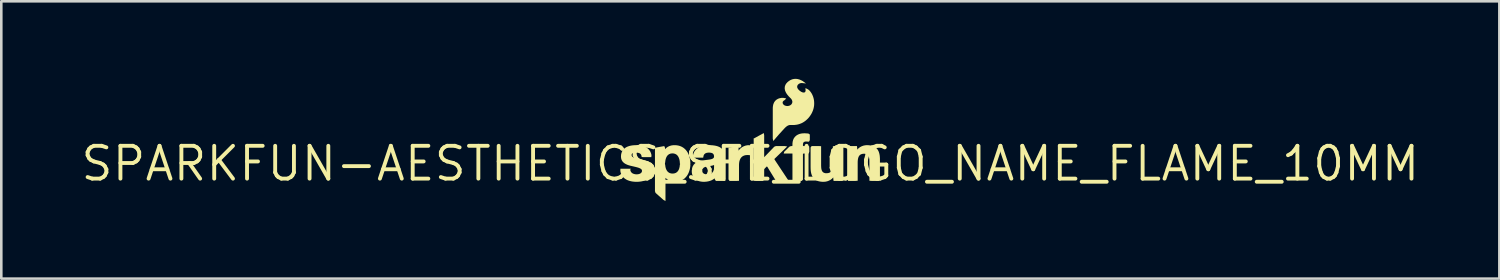
<source format=kicad_pcb>
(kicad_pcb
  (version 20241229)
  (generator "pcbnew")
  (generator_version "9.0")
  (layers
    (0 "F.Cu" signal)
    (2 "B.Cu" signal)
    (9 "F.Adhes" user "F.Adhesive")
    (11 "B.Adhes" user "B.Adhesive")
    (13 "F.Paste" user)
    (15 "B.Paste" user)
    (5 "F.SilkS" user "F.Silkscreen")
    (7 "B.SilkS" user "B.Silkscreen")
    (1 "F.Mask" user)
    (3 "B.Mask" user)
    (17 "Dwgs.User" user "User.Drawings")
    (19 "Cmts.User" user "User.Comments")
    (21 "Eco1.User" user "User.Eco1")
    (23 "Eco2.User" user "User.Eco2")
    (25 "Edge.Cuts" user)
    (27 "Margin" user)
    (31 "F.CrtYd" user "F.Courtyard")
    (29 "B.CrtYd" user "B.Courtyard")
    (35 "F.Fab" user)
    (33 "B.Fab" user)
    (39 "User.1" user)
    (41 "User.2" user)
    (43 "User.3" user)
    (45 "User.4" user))
  (footprint "SPARKFUN-AESTHETICS_SFE_LOGO_NAME_FLAME_10MM"
    (layer "F.Cu")
    (at 25.982 3.282)
    (property "Reference" "SPARKFUN-AESTHETICS_SFE_LOGO_NAME_FLAME_10MM" (at 0 0 0) (layer "F.SilkS") (effects (font (size 1.27 1.27) (thickness 0.15))))
    (fp_poly (pts (xy 0.536 -1.095) (xy 0.536 -0.25) (xy 0.926 -0.655) (xy 0.992 -0.681) (xy 1.33 -0.681) (xy 1.428 -0.664) (xy 0.93 -0.18) (xy 0.946 -0.144) (xy 1.482 0.664) (xy 1.375 0.668) (xy 1.037 0.668) (xy 0.973 0.637) (xy 0.659 0.125) (xy 0.641 0.106) (xy 0.566 0.178) (xy 0.536 0.221) (xy 0.536 0.621) (xy 0.488 0.668) (xy 0.211 0.668) (xy 0.13 0.656) (xy 0.13 -0.98) (xy 0.149 -0.98) (xy 0.522 -1.185)) (stroke (width 0) (type default)) (fill yes) (layer "F.SilkS"))
    (fp_poly (pts (xy 0.042 -0.697) (xy 0.042 -0.41) (xy 0.038 -0.319) (xy -0.054 -0.331) (xy -0.118 -0.334) (xy -0.18 -0.329) (xy -0.24 -0.314) (xy -0.295 -0.288) (xy -0.342 -0.25) (xy -0.379 -0.202) (xy -0.406 -0.146) (xy -0.424 -0.086) (xy -0.434 -0.023) (xy -0.438 0.042) (xy -0.438 0.664) (xy -0.526 0.668) (xy -0.806 0.668) (xy -0.844 0.61) (xy -0.844 -0.622) (xy -0.82 -0.62) (xy -0.472 -0.682) (xy -0.455 -0.603) (xy -0.455 -0.503) (xy -0.419 -0.551) (xy -0.37 -0.6) (xy -0.313 -0.641) (xy -0.251 -0.674) (xy -0.185 -0.698) (xy -0.116 -0.712) (xy -0.045 -0.715)) (stroke (width 0) (type default)) (fill yes) (layer "F.SilkS"))
    (fp_poly (pts (xy 2.245 -1.166) (xy 2.302 -1.128) (xy 2.302 -0.91) (xy 2.269 -0.85) (xy 2.188 -0.855) (xy 2.127 -0.855) (xy 2.075 -0.84) (xy 2.045 -0.801) (xy 2.036 -0.744) (xy 2.036 -0.694) (xy 2.059 -0.68) (xy 2.273 -0.68) (xy 2.282 -0.597) (xy 2.282 -0.459) (xy 2.256 -0.392) (xy 2.053 -0.392) (xy 2.036 -0.371) (xy 2.036 0.619) (xy 1.991 0.668) (xy 1.715 0.668) (xy 1.63 0.662) (xy 1.63 -0.392) (xy 1.291 -0.392) (xy 1.312 -0.461) (xy 1.509 -0.654) (xy 1.574 -0.681) (xy 1.624 -0.681) (xy 1.63 -0.714) (xy 1.63 -0.779) (xy 1.638 -0.848) (xy 1.655 -0.916) (xy 1.684 -0.98) (xy 1.726 -1.037) (xy 1.778 -1.085) (xy 1.837 -1.122) (xy 1.902 -1.149) (xy 1.969 -1.165) (xy 2.037 -1.173) (xy 2.106 -1.175)) (stroke (width 0) (type default)) (fill yes) (layer "F.SilkS"))
    (fp_poly (pts (xy -1.857 0.236) (xy -1.858 0.302) (xy -1.838 0.353) (xy -1.797 0.388) (xy -1.743 0.407) (xy -1.682 0.414) (xy -1.62 0.412) (xy -1.56 0.4) (xy -1.506 0.376) (xy -1.461 0.338) (xy -1.43 0.289) (xy -1.409 0.223) (xy -1.36 0.177) (xy -0.996 0.177) (xy -0.995 0.399) (xy -0.992 0.464) (xy -0.985 0.527) (xy -0.971 0.592) (xy -0.963 0.668) (xy -1.334 0.668) (xy -1.374 0.605) (xy -1.38 0.57) (xy -1.387 0.574) (xy -1.441 0.612) (xy -1.502 0.645) (xy -1.567 0.669) (xy -1.633 0.686) (xy -1.7 0.697) (xy -1.768 0.702) (xy -1.836 0.702) (xy -1.904 0.695) (xy -1.971 0.681) (xy -2.037 0.658) (xy -2.098 0.625) (xy -2.154 0.581) (xy -2.199 0.527) (xy -2.233 0.465) (xy -2.255 0.398) (xy -2.265 0.329) (xy -2.265 0.259) (xy -2.246 0.177) (xy -1.88 0.177)) (stroke (width 0) (type default)) (fill yes) (layer "F.SilkS"))
    (fp_poly (pts (xy -3.316 -0.024) (xy -3.294 0.049) (xy -3.286 0.115) (xy -3.272 0.176) (xy -3.249 0.234) (xy -3.218 0.287) (xy -3.176 0.33) (xy -3.126 0.361) (xy -3.068 0.379) (xy -3.007 0.384) (xy -2.946 0.378) (xy -2.889 0.36) (xy -2.839 0.328) (xy -2.798 0.284) (xy -2.768 0.231) (xy -2.747 0.172) (xy -2.734 0.11) (xy -2.727 0.042) (xy -2.698 -0.024) (xy -2.328 -0.024) (xy -2.32 0.061) (xy -2.327 0.13) (xy -2.338 0.197) (xy -2.355 0.263) (xy -2.377 0.328) (xy -2.405 0.39) (xy -2.439 0.45) (xy -2.48 0.506) (xy -2.527 0.556) (xy -2.581 0.6) (xy -2.64 0.637) (xy -2.703 0.666) (xy -2.769 0.686) (xy -2.837 0.699) (xy -2.906 0.703) (xy -2.975 0.7) (xy -3.043 0.688) (xy -3.109 0.667) (xy -3.172 0.636) (xy -3.23 0.597) (xy -3.281 0.55) (xy -3.283 0.547) (xy -3.283 1.448) (xy -3.363 1.401) (xy -3.667 1.132) (xy -3.69 1.064) (xy -3.69 -0.024)) (stroke (width 0) (type default)) (fill yes) (layer "F.SilkS"))
    (fp_poly (pts (xy -2.853 -0.711) (xy -2.785 -0.7) (xy -2.719 -0.681) (xy -2.656 -0.654) (xy -2.596 -0.619) (xy -2.542 -0.576) (xy -2.493 -0.528) (xy -2.451 -0.473) (xy -2.415 -0.415) (xy -2.386 -0.353) (xy -2.363 -0.289) (xy -2.345 -0.224) (xy -2.332 -0.157) (xy -2.324 -0.09) (xy -2.319 -0.008) (xy -2.38 0.026) (xy -2.654 0.026) (xy -2.725 0.005) (xy -2.73 -0.077) (xy -2.739 -0.14) (xy -2.756 -0.2) (xy -2.78 -0.257) (xy -2.813 -0.308) (xy -2.856 -0.349) (xy -2.908 -0.378) (xy -2.966 -0.394) (xy -3.026 -0.397) (xy -3.086 -0.389) (xy -3.142 -0.367) (xy -3.19 -0.333) (xy -3.228 -0.286) (xy -3.256 -0.232) (xy -3.276 -0.173) (xy -3.288 -0.111) (xy -3.295 -0.044) (xy -3.317 0.026) (xy -3.69 0.026) (xy -3.69 -0.611) (xy -3.609 -0.63) (xy -3.329 -0.68) (xy -3.301 -0.613) (xy -3.301 -0.559) (xy -3.295 -0.566) (xy -3.245 -0.614) (xy -3.187 -0.654) (xy -3.124 -0.683) (xy -3.058 -0.703) (xy -2.989 -0.713) (xy -2.921 -0.715)) (stroke (width 0) (type default)) (fill yes) (layer "F.SilkS"))
    (fp_poly (pts (xy 4.58 -0.713) (xy 4.648 -0.705) (xy 4.716 -0.69) (xy 4.781 -0.666) (xy 4.843 -0.63) (xy 4.896 -0.582) (xy 4.938 -0.525) (xy 4.969 -0.462) (xy 4.99 -0.395) (xy 5.004 -0.328) (xy 5.011 -0.26) (xy 5.015 -0.192) (xy 5.015 -0.125) (xy 5.015 0.613) (xy 4.974 0.668) (xy 4.695 0.668) (xy 4.608 0.662) (xy 4.608 -0.091) (xy 4.606 -0.156) (xy 4.598 -0.219) (xy 4.581 -0.277) (xy 4.552 -0.328) (xy 4.508 -0.363) (xy 4.452 -0.381) (xy 4.391 -0.384) (xy 4.33 -0.377) (xy 4.274 -0.358) (xy 4.228 -0.323) (xy 4.194 -0.274) (xy 4.173 -0.217) (xy 4.161 -0.155) (xy 4.155 -0.091) (xy 4.154 -0.026) (xy 4.154 0.661) (xy 4.068 0.668) (xy 3.79 0.668) (xy 3.747 0.615) (xy 3.747 -0.659) (xy 3.754 -0.681) (xy 4.126 -0.681) (xy 4.136 -0.598) (xy 4.136 -0.541) (xy 4.141 -0.548) (xy 4.19 -0.598) (xy 4.246 -0.639) (xy 4.308 -0.672) (xy 4.374 -0.696) (xy 4.442 -0.71) (xy 4.511 -0.716)) (stroke (width 0) (type default)) (fill yes) (layer "F.SilkS"))
    (fp_poly (pts (xy 2.739 -0.675) (xy 2.739 0.078) (xy 2.742 0.143) (xy 2.749 0.206) (xy 2.766 0.265) (xy 2.795 0.315) (xy 2.84 0.35) (xy 2.895 0.368) (xy 2.956 0.371) (xy 3.017 0.364) (xy 3.073 0.345) (xy 3.12 0.31) (xy 3.153 0.261) (xy 3.174 0.204) (xy 3.186 0.142) (xy 3.192 0.078) (xy 3.194 0.013) (xy 3.194 -0.674) (xy 3.279 -0.68) (xy 3.558 -0.68) (xy 3.6 -0.627) (xy 3.6 0.643) (xy 3.575 0.643) (xy 3.575 0.668) (xy 3.221 0.668) (xy 3.211 0.585) (xy 3.211 0.529) (xy 3.207 0.535) (xy 3.158 0.585) (xy 3.101 0.627) (xy 3.04 0.659) (xy 2.974 0.683) (xy 2.906 0.698) (xy 2.837 0.703) (xy 2.768 0.701) (xy 2.7 0.693) (xy 2.632 0.678) (xy 2.566 0.653) (xy 2.505 0.617) (xy 2.452 0.569) (xy 2.41 0.512) (xy 2.379 0.449) (xy 2.358 0.383) (xy 2.344 0.315) (xy 2.336 0.247) (xy 2.333 0.18) (xy 2.332 0.113) (xy 2.332 -0.626) (xy 2.373 -0.681) (xy 2.652 -0.681)) (stroke (width 0) (type default)) (fill yes) (layer "F.SilkS"))
    (fp_poly (pts (xy -1.524 -0.714) (xy -1.457 -0.71) (xy -1.389 -0.701) (xy -1.322 -0.688) (xy -1.256 -0.669) (xy -1.192 -0.642) (xy -1.132 -0.605) (xy -1.079 -0.557) (xy -1.037 -0.499) (xy -1.011 -0.432) (xy -0.998 -0.362) (xy -0.996 -0.294) (xy -0.996 0.182) (xy -1.047 0.228) (xy -1.323 0.228) (xy -1.407 0.219) (xy -1.403 0.129) (xy -1.403 0.066) (xy -1.405 0.051) (xy -1.437 0.066) (xy -1.505 0.082) (xy -1.637 0.102) (xy -1.7 0.114) (xy -1.76 0.132) (xy -1.81 0.161) (xy -1.854 0.217) (xy -1.926 0.228) (xy -2.202 0.228) (xy -2.257 0.185) (xy -2.228 0.103) (xy -2.191 0.042) (xy -2.141 -0.01) (xy -2.083 -0.05) (xy -2.019 -0.079) (xy -1.954 -0.101) (xy -1.888 -0.117) (xy -1.821 -0.128) (xy -1.623 -0.153) (xy -1.559 -0.162) (xy -1.497 -0.177) (xy -1.443 -0.2) (xy -1.409 -0.238) (xy -1.403 -0.292) (xy -1.415 -0.347) (xy -1.447 -0.391) (xy -1.498 -0.415) (xy -1.558 -0.426) (xy -1.621 -0.427) (xy -1.682 -0.42) (xy -1.737 -0.4) (xy -1.781 -0.364) (xy -1.808 -0.313) (xy -1.824 -0.232) (xy -2.191 -0.231) (xy -2.224 -0.293) (xy -2.208 -0.369) (xy -2.183 -0.435) (xy -2.148 -0.496) (xy -2.102 -0.549) (xy -2.048 -0.595) (xy -1.989 -0.631) (xy -1.926 -0.66) (xy -1.861 -0.682) (xy -1.794 -0.697) (xy -1.727 -0.708) (xy -1.659 -0.714) (xy -1.591 -0.716)) (stroke (width 0) (type default)) (fill yes) (layer "F.SilkS"))
    (fp_poly (pts (xy -4.341 -0.713) (xy -4.274 -0.707) (xy -4.206 -0.695) (xy -4.14 -0.678) (xy -4.075 -0.653) (xy -4.014 -0.62) (xy -3.957 -0.578) (xy -3.909 -0.526) (xy -3.87 -0.467) (xy -3.843 -0.403) (xy -3.824 -0.332) (xy -3.831 -0.251) (xy -4.121 -0.251) (xy -4.202 -0.257) (xy -4.22 -0.335) (xy -4.253 -0.38) (xy -4.302 -0.409) (xy -4.361 -0.423) (xy -4.423 -0.427) (xy -4.485 -0.424) (xy -4.542 -0.41) (xy -4.584 -0.378) (xy -4.597 -0.331) (xy -4.581 -0.284) (xy -4.538 -0.25) (xy -4.482 -0.226) (xy -4.42 -0.209) (xy -4.161 -0.15) (xy -4.096 -0.131) (xy -4.031 -0.108) (xy -3.969 -0.079) (xy -3.91 -0.041) (xy -3.858 0.008) (xy -3.817 0.068) (xy -3.793 0.135) (xy -3.783 0.205) (xy -3.784 0.275) (xy -3.795 0.344) (xy -3.817 0.411) (xy -3.85 0.474) (xy -3.893 0.53) (xy -3.945 0.577) (xy -4.004 0.615) (xy -4.067 0.645) (xy -4.132 0.668) (xy -4.198 0.684) (xy -4.266 0.695) (xy -4.333 0.701) (xy -4.401 0.703) (xy -4.469 0.701) (xy -4.537 0.695) (xy -4.604 0.684) (xy -4.67 0.668) (xy -4.736 0.646) (xy -4.798 0.616) (xy -4.857 0.579) (xy -4.91 0.533) (xy -4.955 0.479) (xy -4.991 0.417) (xy -5.015 0.352) (xy -5.03 0.282) (xy -5.027 0.196) (xy -4.623 0.196) (xy -4.645 0.227) (xy -4.638 0.278) (xy -4.611 0.329) (xy -4.569 0.369) (xy -4.515 0.395) (xy -4.455 0.41) (xy -4.393 0.414) (xy -4.332 0.408) (xy -4.274 0.391) (xy -4.226 0.36) (xy -4.196 0.315) (xy -4.191 0.263) (xy -4.214 0.217) (xy -4.262 0.185) (xy -4.319 0.161) (xy -4.381 0.142) (xy -4.444 0.126) (xy -4.639 0.081) (xy -4.704 0.063) (xy -4.768 0.04) (xy -4.831 0.01) (xy -4.89 -0.028) (xy -4.941 -0.079) (xy -4.979 -0.141) (xy -5 -0.21) (xy -5.005 -0.28) (xy -5 -0.35) (xy -4.984 -0.419) (xy -4.957 -0.484) (xy -4.917 -0.543) (xy -4.866 -0.593) (xy -4.808 -0.632) (xy -4.745 -0.662) (xy -4.679 -0.684) (xy -4.612 -0.699) (xy -4.545 -0.709) (xy -4.477 -0.714) (xy -4.409 -0.716)) (stroke (width 0) (type default)) (fill yes) (layer "F.SilkS"))
    (fp_poly (pts (xy 1.831 -3.274) (xy 1.898 -3.256) (xy 1.962 -3.23) (xy 2.023 -3.197) (xy 2.154 -3.102) (xy 1.996 -3.12) (xy 1.937 -3.114) (xy 1.883 -3.092) (xy 1.84 -3.054) (xy 1.814 -3.006) (xy 1.813 -2.952) (xy 1.836 -2.9) (xy 1.874 -2.853) (xy 1.921 -2.812) (xy 1.973 -2.778) (xy 2.029 -2.755) (xy 2.082 -2.75) (xy 2.123 -2.773) (xy 2.139 -2.821) (xy 2.132 -2.924) (xy 2.173 -2.905) (xy 2.235 -2.874) (xy 2.289 -2.828) (xy 2.334 -2.774) (xy 2.372 -2.717) (xy 2.403 -2.656) (xy 2.429 -2.592) (xy 2.448 -2.527) (xy 2.462 -2.46) (xy 2.469 -2.392) (xy 2.471 -2.324) (xy 2.468 -2.256) (xy 2.458 -2.188) (xy 2.443 -2.121) (xy 2.422 -2.056) (xy 2.396 -1.993) (xy 2.366 -1.933) (xy 2.33 -1.875) (xy 2.291 -1.819) (xy 2.248 -1.767) (xy 2.201 -1.718) (xy 2.15 -1.672) (xy 2.096 -1.631) (xy 2.038 -1.594) (xy 1.977 -1.563) (xy 1.913 -1.538) (xy 1.848 -1.518) (xy 1.781 -1.505) (xy 1.713 -1.497) (xy 1.645 -1.495) (xy 1.579 -1.496) (xy 1.517 -1.494) (xy 1.46 -1.477) (xy 1.408 -1.445) (xy 1.36 -1.405) (xy 1.315 -1.359) (xy 1.093 -1.115) (xy 1.006 -1.015) (xy 0.888 -0.875) (xy 0.868 -0.97) (xy 0.869 -2.164) (xy 0.876 -2.233) (xy 0.891 -2.301) (xy 0.918 -2.366) (xy 0.958 -2.426) (xy 1.011 -2.474) (xy 1.072 -2.51) (xy 1.139 -2.533) (xy 1.208 -2.545) (xy 1.279 -2.545) (xy 1.389 -2.525) (xy 1.337 -2.465) (xy 1.282 -2.429) (xy 1.251 -2.387) (xy 1.252 -2.336) (xy 1.279 -2.289) (xy 1.324 -2.254) (xy 1.379 -2.235) (xy 1.439 -2.229) (xy 1.498 -2.238) (xy 1.551 -2.262) (xy 1.595 -2.3) (xy 1.621 -2.35) (xy 1.627 -2.405) (xy 1.611 -2.461) (xy 1.579 -2.511) (xy 1.487 -2.603) (xy 1.442 -2.655) (xy 1.402 -2.71) (xy 1.368 -2.77) (xy 1.342 -2.836) (xy 1.33 -2.906) (xy 1.334 -2.978) (xy 1.357 -3.047) (xy 1.395 -3.107) (xy 1.443 -3.159) (xy 1.498 -3.201) (xy 1.558 -3.237) (xy 1.623 -3.263) (xy 1.691 -3.278) (xy 1.762 -3.282)) (stroke (width 0) (type default)) (fill yes) (layer "F.SilkS")))
  (gr_rect
    (start -3 -3)
    (end 54.964 7.73)
    (stroke (width 0.1) (type default))
    (fill no)
    (layer "Edge.Cuts")))
</source>
